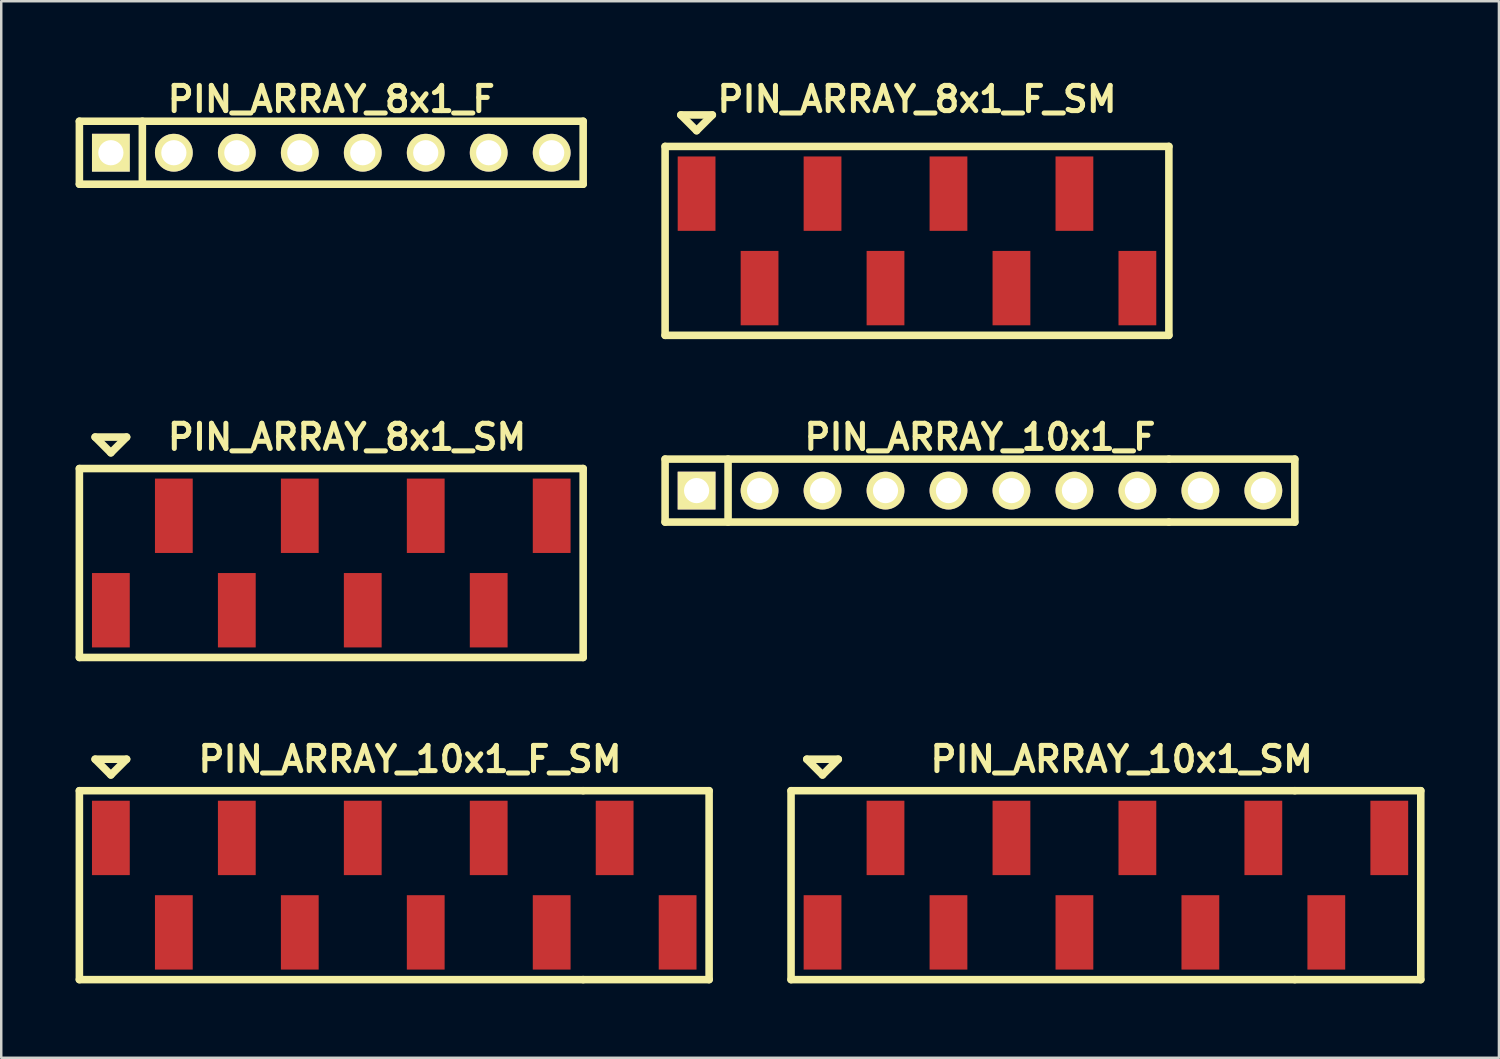
<source format=kicad_pcb>
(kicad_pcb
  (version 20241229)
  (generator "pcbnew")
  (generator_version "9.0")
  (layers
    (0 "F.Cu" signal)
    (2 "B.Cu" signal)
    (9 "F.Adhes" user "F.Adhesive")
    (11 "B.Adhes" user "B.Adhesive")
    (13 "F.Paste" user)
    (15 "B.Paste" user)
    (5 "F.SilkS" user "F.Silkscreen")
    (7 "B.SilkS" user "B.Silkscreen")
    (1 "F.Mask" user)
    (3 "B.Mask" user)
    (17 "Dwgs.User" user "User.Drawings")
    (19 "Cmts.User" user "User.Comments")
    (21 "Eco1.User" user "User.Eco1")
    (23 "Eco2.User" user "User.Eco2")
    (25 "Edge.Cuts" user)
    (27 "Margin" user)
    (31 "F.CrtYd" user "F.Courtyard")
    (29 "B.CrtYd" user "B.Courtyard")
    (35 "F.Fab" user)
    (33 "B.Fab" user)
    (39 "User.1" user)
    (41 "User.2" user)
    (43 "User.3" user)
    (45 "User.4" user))
  (footprint "PIN_ARRAY_8x1_F"
    (layer "F.Cu")
    (at 10.312 3.11)
    (property "Reference" "PIN_ARRAY_8x1_F" (at 0 -2.159 0) (layer "F.SilkS") (effects (font (size 1.016 1.016) (thickness 0.203))))
    (attr through_hole)
    (fp_line (start -10.16 -1.27) (end 10.16 -1.27) (stroke (width 0.305) (type solid)) (layer "F.SilkS"))
    (fp_line (start -10.16 1.27) (end -10.16 -1.27) (stroke (width 0.305) (type solid)) (layer "F.SilkS"))
    (fp_line (start -7.62 1.27) (end -7.62 -1.27) (stroke (width 0.305) (type solid)) (layer "F.SilkS"))
    (fp_line (start 10.16 -1.27) (end 10.16 1.27) (stroke (width 0.305) (type solid)) (layer "F.SilkS"))
    (fp_line (start 10.16 1.27) (end -10.16 1.27) (stroke (width 0.305) (type solid)) (layer "F.SilkS"))
    (pad "1" thru_hole rect (at -8.89 0) (size 1.524 1.524) (drill 1.016) (layers "*.Cu" "*.Mask" "F.SilkS"))
    (pad "2" thru_hole circle (at -6.35 0) (size 1.524 1.524) (drill 1.016) (layers "*.Cu" "*.Mask" "F.SilkS"))
    (pad "3" thru_hole circle (at -3.81 0) (size 1.524 1.524) (drill 1.016) (layers "*.Cu" "*.Mask" "F.SilkS"))
    (pad "4" thru_hole circle (at -1.27 0) (size 1.524 1.524) (drill 1.016) (layers "*.Cu" "*.Mask" "F.SilkS"))
    (pad "5" thru_hole circle (at 1.27 0) (size 1.524 1.524) (drill 1.016) (layers "*.Cu" "*.Mask" "F.SilkS"))
    (pad "6" thru_hole circle (at 3.81 0) (size 1.524 1.524) (drill 1.016) (layers "*.Cu" "*.Mask" "F.SilkS"))
    (pad "7" thru_hole circle (at 6.35 0) (size 1.524 1.524) (drill 1.016) (layers "*.Cu" "*.Mask" "F.SilkS"))
    (pad "8" thru_hole circle (at 8.89 0) (size 1.524 1.524) (drill 1.016) (layers "*.Cu" "*.Mask" "F.SilkS")))
  (footprint "PIN_ARRAY_8x1_SM"
    (layer "F.Cu")
    (at 10.312 19.659)
    (property "Reference" "PIN_ARRAY_8x1_SM" (at 0.635 -5.08 0) (layer "F.SilkS") (effects (font (size 1.016 1.016) (thickness 0.203))))
    (attr through_hole)
    (fp_line (start -10.16 -3.81) (end -10.16 3.81) (stroke (width 0.305) (type solid)) (layer "F.SilkS"))
    (fp_line (start -10.16 -3.81) (end 10.16 -3.81) (stroke (width 0.305) (type solid)) (layer "F.SilkS"))
    (fp_line (start -9.525 -5.08) (end -8.89 -4.445) (stroke (width 0.305) (type solid)) (layer "F.SilkS"))
    (fp_line (start -8.89 -4.445) (end -8.255 -5.08) (stroke (width 0.305) (type solid)) (layer "F.SilkS"))
    (fp_line (start -8.255 -5.08) (end -9.525 -5.08) (stroke (width 0.305) (type solid)) (layer "F.SilkS"))
    (fp_line (start 10.16 3.81) (end -10.16 3.81) (stroke (width 0.305) (type solid)) (layer "F.SilkS"))
    (fp_line (start 10.16 3.81) (end 10.16 -3.81) (stroke (width 0.305) (type solid)) (layer "F.SilkS"))
    (pad "1" smd rect (at -8.89 1.905) (size 1.524 3) (layers "F.Cu" "F.Mask" "F.Paste"))
    (pad "2" smd rect (at -6.35 -1.905) (size 1.524 3) (layers "F.Cu" "F.Mask" "F.Paste"))
    (pad "3" smd rect (at -3.81 1.905) (size 1.524 3) (layers "F.Cu" "F.Mask" "F.Paste"))
    (pad "4" smd rect (at -1.27 -1.905) (size 1.524 3) (layers "F.Cu" "F.Mask" "F.Paste"))
    (pad "5" smd rect (at 1.27 1.905) (size 1.524 3) (layers "F.Cu" "F.Mask" "F.Paste"))
    (pad "6" smd rect (at 3.81 -1.905) (size 1.524 3) (layers "F.Cu" "F.Mask" "F.Paste"))
    (pad "7" smd rect (at 6.35 1.905) (size 1.524 3) (layers "F.Cu" "F.Mask" "F.Paste"))
    (pad "8" smd rect (at 8.89 -1.905) (size 1.524 3) (layers "F.Cu" "F.Mask" "F.Paste")))
  (footprint "PIN_ARRAY_10x1_F"
    (layer "F.Cu")
    (at 36.477 16.738)
    (property "Reference" "PIN_ARRAY_10x1_F" (at 0 -2.159 0) (layer "F.SilkS") (effects (font (size 1.016 1.016) (thickness 0.203))))
    (attr through_hole)
    (fp_line (start -12.7 -1.27) (end 7.62 -1.27) (stroke (width 0.305) (type solid)) (layer "F.SilkS"))
    (fp_line (start -12.7 1.27) (end -12.7 -1.27) (stroke (width 0.305) (type solid)) (layer "F.SilkS"))
    (fp_line (start -10.16 1.27) (end -10.16 -1.27) (stroke (width 0.305) (type solid)) (layer "F.SilkS"))
    (fp_line (start 7.62 -1.27) (end 12.7 -1.27) (stroke (width 0.305) (type solid)) (layer "F.SilkS"))
    (fp_line (start 7.62 1.27) (end -12.7 1.27) (stroke (width 0.305) (type solid)) (layer "F.SilkS"))
    (fp_line (start 7.62 1.27) (end 12.7 1.27) (stroke (width 0.305) (type solid)) (layer "F.SilkS"))
    (fp_line (start 12.7 -1.27) (end 12.7 1.27) (stroke (width 0.305) (type solid)) (layer "F.SilkS"))
    (pad "1" thru_hole rect (at -11.43 0) (size 1.524 1.524) (drill 1.016) (layers "*.Cu" "*.Mask" "F.SilkS"))
    (pad "2" thru_hole circle (at -8.89 0) (size 1.524 1.524) (drill 1.016) (layers "*.Cu" "*.Mask" "F.SilkS"))
    (pad "3" thru_hole circle (at -6.35 0) (size 1.524 1.524) (drill 1.016) (layers "*.Cu" "*.Mask" "F.SilkS"))
    (pad "4" thru_hole circle (at -3.81 0) (size 1.524 1.524) (drill 1.016) (layers "*.Cu" "*.Mask" "F.SilkS"))
    (pad "5" thru_hole circle (at -1.27 0) (size 1.524 1.524) (drill 1.016) (layers "*.Cu" "*.Mask" "F.SilkS"))
    (pad "6" thru_hole circle (at 1.27 0) (size 1.524 1.524) (drill 1.016) (layers "*.Cu" "*.Mask" "F.SilkS"))
    (pad "7" thru_hole circle (at 3.81 0) (size 1.524 1.524) (drill 1.016) (layers "*.Cu" "*.Mask" "F.SilkS"))
    (pad "8" thru_hole circle (at 6.35 0) (size 1.524 1.524) (drill 1.016) (layers "*.Cu" "*.Mask" "F.SilkS"))
    (pad "9" thru_hole circle (at 8.89 0) (size 1.524 1.524) (drill 1.016) (layers "*.Cu" "*.Mask" "F.SilkS"))
    (pad "10" thru_hole circle (at 11.43 0) (size 1.524 1.524) (drill 1.016) (layers "*.Cu" "*.Mask" "F.SilkS")))
  (footprint "PIN_ARRAY_8x1_F_SM"
    (layer "F.Cu")
    (at 33.937 6.666)
    (property "Reference" "PIN_ARRAY_8x1_F_SM" (at 0 -5.715 0) (layer "F.SilkS") (effects (font (size 1.016 1.016) (thickness 0.203))))
    (attr through_hole)
    (fp_line (start -10.16 -3.81) (end 10.16 -3.81) (stroke (width 0.305) (type solid)) (layer "F.SilkS"))
    (fp_line (start -10.16 3.81) (end -10.16 -3.81) (stroke (width 0.305) (type solid)) (layer "F.SilkS"))
    (fp_line (start -9.525 -5.08) (end -8.89 -4.445) (stroke (width 0.305) (type solid)) (layer "F.SilkS"))
    (fp_line (start -8.89 -4.445) (end -8.255 -5.08) (stroke (width 0.305) (type solid)) (layer "F.SilkS"))
    (fp_line (start -8.255 -5.08) (end -9.525 -5.08) (stroke (width 0.305) (type solid)) (layer "F.SilkS"))
    (fp_line (start 10.16 -3.81) (end 10.16 3.81) (stroke (width 0.305) (type solid)) (layer "F.SilkS"))
    (fp_line (start 10.16 3.81) (end -10.16 3.81) (stroke (width 0.305) (type solid)) (layer "F.SilkS"))
    (pad "1" smd rect (at -8.89 -1.905) (size 1.524 3) (layers "F.Cu" "F.Mask" "F.Paste"))
    (pad "2" smd rect (at -6.35 1.905) (size 1.524 3) (layers "F.Cu" "F.Mask" "F.Paste"))
    (pad "3" smd rect (at -3.81 -1.905) (size 1.524 3) (layers "F.Cu" "F.Mask" "F.Paste"))
    (pad "4" smd rect (at -1.27 1.905) (size 1.524 3) (layers "F.Cu" "F.Mask" "F.Paste"))
    (pad "5" smd rect (at 1.27 -1.905) (size 1.524 3) (layers "F.Cu" "F.Mask" "F.Paste"))
    (pad "6" smd rect (at 3.81 1.905) (size 1.524 3) (layers "F.Cu" "F.Mask" "F.Paste"))
    (pad "7" smd rect (at 6.35 -1.905) (size 1.524 3) (layers "F.Cu" "F.Mask" "F.Paste"))
    (pad "8" smd rect (at 8.89 1.905) (size 1.524 3) (layers "F.Cu" "F.Mask" "F.Paste")))
  (footprint "PIN_ARRAY_10x1_SM"
    (layer "F.Cu")
    (at 41.557 32.653)
    (property "Reference" "PIN_ARRAY_10x1_SM" (at 0.635 -5.08 0) (layer "F.SilkS") (effects (font (size 1.016 1.016) (thickness 0.203))))
    (attr through_hole)
    (fp_line (start -12.7 -3.81) (end -12.7 3.81) (stroke (width 0.305) (type solid)) (layer "F.SilkS"))
    (fp_line (start -12.7 -3.81) (end 7.62 -3.81) (stroke (width 0.305) (type solid)) (layer "F.SilkS"))
    (fp_line (start -12.065 -5.08) (end -11.43 -4.445) (stroke (width 0.305) (type solid)) (layer "F.SilkS"))
    (fp_line (start -11.43 -4.445) (end -10.795 -5.08) (stroke (width 0.305) (type solid)) (layer "F.SilkS"))
    (fp_line (start -10.795 -5.08) (end -12.065 -5.08) (stroke (width 0.305) (type solid)) (layer "F.SilkS"))
    (fp_line (start 7.62 -3.81) (end 12.7 -3.81) (stroke (width 0.305) (type solid)) (layer "F.SilkS"))
    (fp_line (start 7.62 3.81) (end -12.7 3.81) (stroke (width 0.305) (type solid)) (layer "F.SilkS"))
    (fp_line (start 7.62 3.81) (end 12.7 3.81) (stroke (width 0.305) (type solid)) (layer "F.SilkS"))
    (fp_line (start 12.7 -3.81) (end 12.7 3.81) (stroke (width 0.305) (type solid)) (layer "F.SilkS"))
    (pad "1" smd rect (at -11.43 1.905) (size 1.524 3) (layers "F.Cu" "F.Mask" "F.Paste"))
    (pad "2" smd rect (at -8.89 -1.905) (size 1.524 3) (layers "F.Cu" "F.Mask" "F.Paste"))
    (pad "3" smd rect (at -6.35 1.905) (size 1.524 3) (layers "F.Cu" "F.Mask" "F.Paste"))
    (pad "4" smd rect (at -3.81 -1.905) (size 1.524 3) (layers "F.Cu" "F.Mask" "F.Paste"))
    (pad "5" smd rect (at -1.27 1.905) (size 1.524 3) (layers "F.Cu" "F.Mask" "F.Paste"))
    (pad "6" smd rect (at 1.27 -1.905) (size 1.524 3) (layers "F.Cu" "F.Mask" "F.Paste"))
    (pad "7" smd rect (at 3.81 1.905) (size 1.524 3) (layers "F.Cu" "F.Mask" "F.Paste"))
    (pad "8" smd rect (at 6.35 -1.905) (size 1.524 3) (layers "F.Cu" "F.Mask" "F.Paste"))
    (pad "9" smd rect (at 8.89 1.905) (size 1.524 3) (layers "F.Cu" "F.Mask" "F.Paste"))
    (pad "10" smd rect (at 11.43 -1.905) (size 1.524 3) (layers "F.Cu" "F.Mask" "F.Paste")))
  (footprint "PIN_ARRAY_10x1_F_SM"
    (layer "F.Cu")
    (at 12.852 32.653)
    (property "Reference" "PIN_ARRAY_10x1_F_SM" (at 0.635 -5.08 0) (layer "F.SilkS") (effects (font (size 1.016 1.016) (thickness 0.203))))
    (attr through_hole)
    (fp_line (start -12.7 -3.81) (end -12.7 3.81) (stroke (width 0.305) (type solid)) (layer "F.SilkS"))
    (fp_line (start -12.7 -3.81) (end 7.62 -3.81) (stroke (width 0.305) (type solid)) (layer "F.SilkS"))
    (fp_line (start -12.065 -5.08) (end -11.43 -4.445) (stroke (width 0.305) (type solid)) (layer "F.SilkS"))
    (fp_line (start -11.43 -4.445) (end -10.795 -5.08) (stroke (width 0.305) (type solid)) (layer "F.SilkS"))
    (fp_line (start -10.795 -5.08) (end -12.065 -5.08) (stroke (width 0.305) (type solid)) (layer "F.SilkS"))
    (fp_line (start 7.62 -3.81) (end 12.7 -3.81) (stroke (width 0.305) (type solid)) (layer "F.SilkS"))
    (fp_line (start 7.62 3.81) (end -12.7 3.81) (stroke (width 0.305) (type solid)) (layer "F.SilkS"))
    (fp_line (start 7.62 3.81) (end 12.7 3.81) (stroke (width 0.305) (type solid)) (layer "F.SilkS"))
    (fp_line (start 12.7 -3.81) (end 12.7 3.81) (stroke (width 0.305) (type solid)) (layer "F.SilkS"))
    (pad "1" smd rect (at -11.43 -1.905) (size 1.524 3) (layers "F.Cu" "F.Mask" "F.Paste"))
    (pad "2" smd rect (at -8.89 1.905) (size 1.524 3) (layers "F.Cu" "F.Mask" "F.Paste"))
    (pad "3" smd rect (at -6.35 -1.905) (size 1.524 3) (layers "F.Cu" "F.Mask" "F.Paste"))
    (pad "4" smd rect (at -3.81 1.905) (size 1.524 3) (layers "F.Cu" "F.Mask" "F.Paste"))
    (pad "5" smd rect (at -1.27 -1.905) (size 1.524 3) (layers "F.Cu" "F.Mask" "F.Paste"))
    (pad "6" smd rect (at 1.27 1.905) (size 1.524 3) (layers "F.Cu" "F.Mask" "F.Paste"))
    (pad "7" smd rect (at 3.81 -1.905) (size 1.524 3) (layers "F.Cu" "F.Mask" "F.Paste"))
    (pad "8" smd rect (at 6.35 1.905) (size 1.524 3) (layers "F.Cu" "F.Mask" "F.Paste"))
    (pad "9" smd rect (at 8.89 -1.905) (size 1.524 3) (layers "F.Cu" "F.Mask" "F.Paste"))
    (pad "10" smd rect (at 11.43 1.905) (size 1.524 3) (layers "F.Cu" "F.Mask" "F.Paste")))
  (gr_rect
    (start -3 -3)
    (end 57.41 39.615)
    (stroke (width 0.1) (type default))
    (fill no)
    (layer "Edge.Cuts")))
</source>
